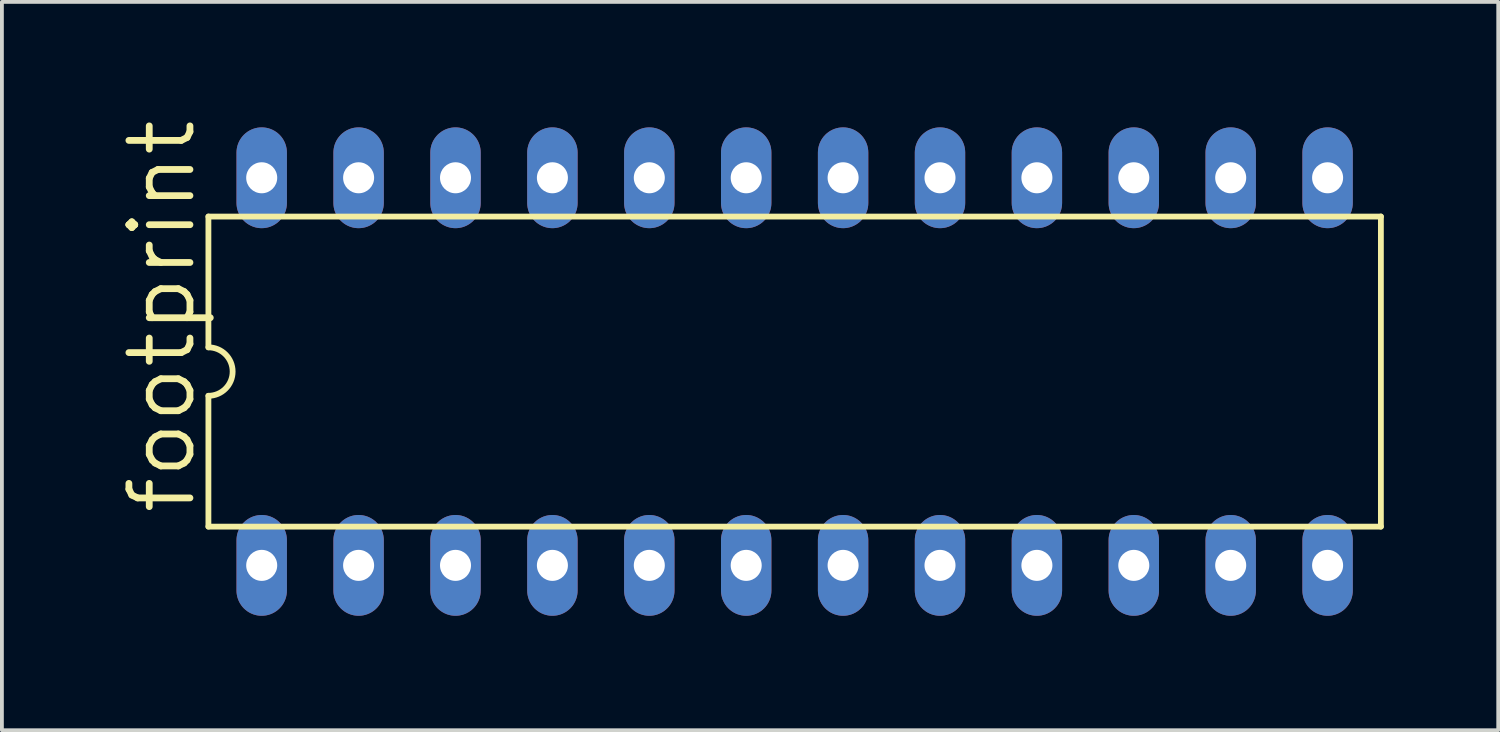
<source format=kicad_pcb>
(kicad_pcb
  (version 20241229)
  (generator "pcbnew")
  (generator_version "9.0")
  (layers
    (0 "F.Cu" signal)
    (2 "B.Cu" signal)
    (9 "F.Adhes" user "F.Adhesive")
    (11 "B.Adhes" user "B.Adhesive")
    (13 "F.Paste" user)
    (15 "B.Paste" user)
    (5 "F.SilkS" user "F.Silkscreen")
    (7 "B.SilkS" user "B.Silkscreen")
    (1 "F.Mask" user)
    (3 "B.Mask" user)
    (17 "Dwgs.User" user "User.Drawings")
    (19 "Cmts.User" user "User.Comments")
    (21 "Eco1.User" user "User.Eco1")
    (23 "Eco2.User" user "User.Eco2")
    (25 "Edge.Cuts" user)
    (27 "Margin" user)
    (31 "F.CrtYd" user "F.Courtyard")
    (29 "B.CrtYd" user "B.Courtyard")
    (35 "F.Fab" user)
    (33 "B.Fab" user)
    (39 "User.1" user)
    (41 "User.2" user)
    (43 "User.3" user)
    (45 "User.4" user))
  (footprint "footprint"
    (layer "F.Cu")
    (at 17.78 6.69)
    (property "Reference" "footprint" (at -15.646 3.81 90) (layer "F.SilkS") (effects (font (size 1.6 1.6) (thickness 0.178)) (justify left bottom)))
    (fp_line (start -15.367 -4.064) (end -15.367 -0.635) (stroke (width 0.152) (type solid)) (layer "F.SilkS"))
    (fp_line (start -15.367 -4.064) (end 15.367 -4.064) (stroke (width 0.152) (type solid)) (layer "F.SilkS"))
    (fp_line (start -15.367 0.635) (end -15.367 4.064) (stroke (width 0.152) (type solid)) (layer "F.SilkS"))
    (fp_line (start -15.367 4.064) (end 15.367 4.064) (stroke (width 0.152) (type solid)) (layer "F.SilkS"))
    (fp_line (start 15.367 4.064) (end 15.367 -4.064) (stroke (width 0.152) (type solid)) (layer "F.SilkS"))
    (fp_arc (start -15.367 -0.635) (mid -14.732 0) (end -15.367 0.635) (stroke (width 0.1524) (type solid)) (layer "F.SilkS"))
    (pad "1" thru_hole oval (at -13.97 5.08 90) (size 2.642 1.321) (drill 0.813) (layers "*.Cu" "*.Mask"))
    (pad "2" thru_hole oval (at -11.43 5.08 90) (size 2.642 1.321) (drill 0.813) (layers "*.Cu" "*.Mask"))
    (pad "3" thru_hole oval (at -8.89 5.08 90) (size 2.642 1.321) (drill 0.813) (layers "*.Cu" "*.Mask"))
    (pad "4" thru_hole oval (at -6.35 5.08 90) (size 2.642 1.321) (drill 0.813) (layers "*.Cu" "*.Mask"))
    (pad "5" thru_hole oval (at -3.81 5.08 90) (size 2.642 1.321) (drill 0.813) (layers "*.Cu" "*.Mask"))
    (pad "6" thru_hole oval (at -1.27 5.08 90) (size 2.642 1.321) (drill 0.813) (layers "*.Cu" "*.Mask"))
    (pad "7" thru_hole oval (at 1.27 5.08 90) (size 2.642 1.321) (drill 0.813) (layers "*.Cu" "*.Mask"))
    (pad "8" thru_hole oval (at 3.81 5.08 90) (size 2.642 1.321) (drill 0.813) (layers "*.Cu" "*.Mask"))
    (pad "9" thru_hole oval (at 6.35 5.08 90) (size 2.642 1.321) (drill 0.813) (layers "*.Cu" "*.Mask"))
    (pad "10" thru_hole oval (at 8.89 5.08 90) (size 2.642 1.321) (drill 0.813) (layers "*.Cu" "*.Mask"))
    (pad "11" thru_hole oval (at 11.43 5.08 90) (size 2.642 1.321) (drill 0.813) (layers "*.Cu" "*.Mask"))
    (pad "12" thru_hole oval (at 13.97 5.08 90) (size 2.642 1.321) (drill 0.813) (layers "*.Cu" "*.Mask"))
    (pad "13" thru_hole oval (at 13.97 -5.08 90) (size 2.642 1.321) (drill 0.813) (layers "*.Cu" "*.Mask"))
    (pad "14" thru_hole oval (at 11.43 -5.08 90) (size 2.642 1.321) (drill 0.813) (layers "*.Cu" "*.Mask"))
    (pad "15" thru_hole oval (at 8.89 -5.08 90) (size 2.642 1.321) (drill 0.813) (layers "*.Cu" "*.Mask"))
    (pad "16" thru_hole oval (at 6.35 -5.08 90) (size 2.642 1.321) (drill 0.813) (layers "*.Cu" "*.Mask"))
    (pad "17" thru_hole oval (at 3.81 -5.08 90) (size 2.642 1.321) (drill 0.813) (layers "*.Cu" "*.Mask"))
    (pad "18" thru_hole oval (at 1.27 -5.08 90) (size 2.642 1.321) (drill 0.813) (layers "*.Cu" "*.Mask"))
    (pad "19" thru_hole oval (at -1.27 -5.08 90) (size 2.642 1.321) (drill 0.813) (layers "*.Cu" "*.Mask"))
    (pad "20" thru_hole oval (at -3.81 -5.08 90) (size 2.642 1.321) (drill 0.813) (layers "*.Cu" "*.Mask"))
    (pad "21" thru_hole oval (at -6.35 -5.08 90) (size 2.642 1.321) (drill 0.813) (layers "*.Cu" "*.Mask"))
    (pad "22" thru_hole oval (at -8.89 -5.08 90) (size 2.642 1.321) (drill 0.813) (layers "*.Cu" "*.Mask"))
    (pad "23" thru_hole oval (at -11.43 -5.08 90) (size 2.642 1.321) (drill 0.813) (layers "*.Cu" "*.Mask"))
    (pad "24" thru_hole oval (at -13.97 -5.08 90) (size 2.642 1.321) (drill 0.813) (layers "*.Cu" "*.Mask")))
  (gr_rect
    (start -3 -3)
    (end 36.223 16.091)
    (stroke (width 0.1) (type default))
    (fill no)
    (layer "Edge.Cuts")))
</source>
